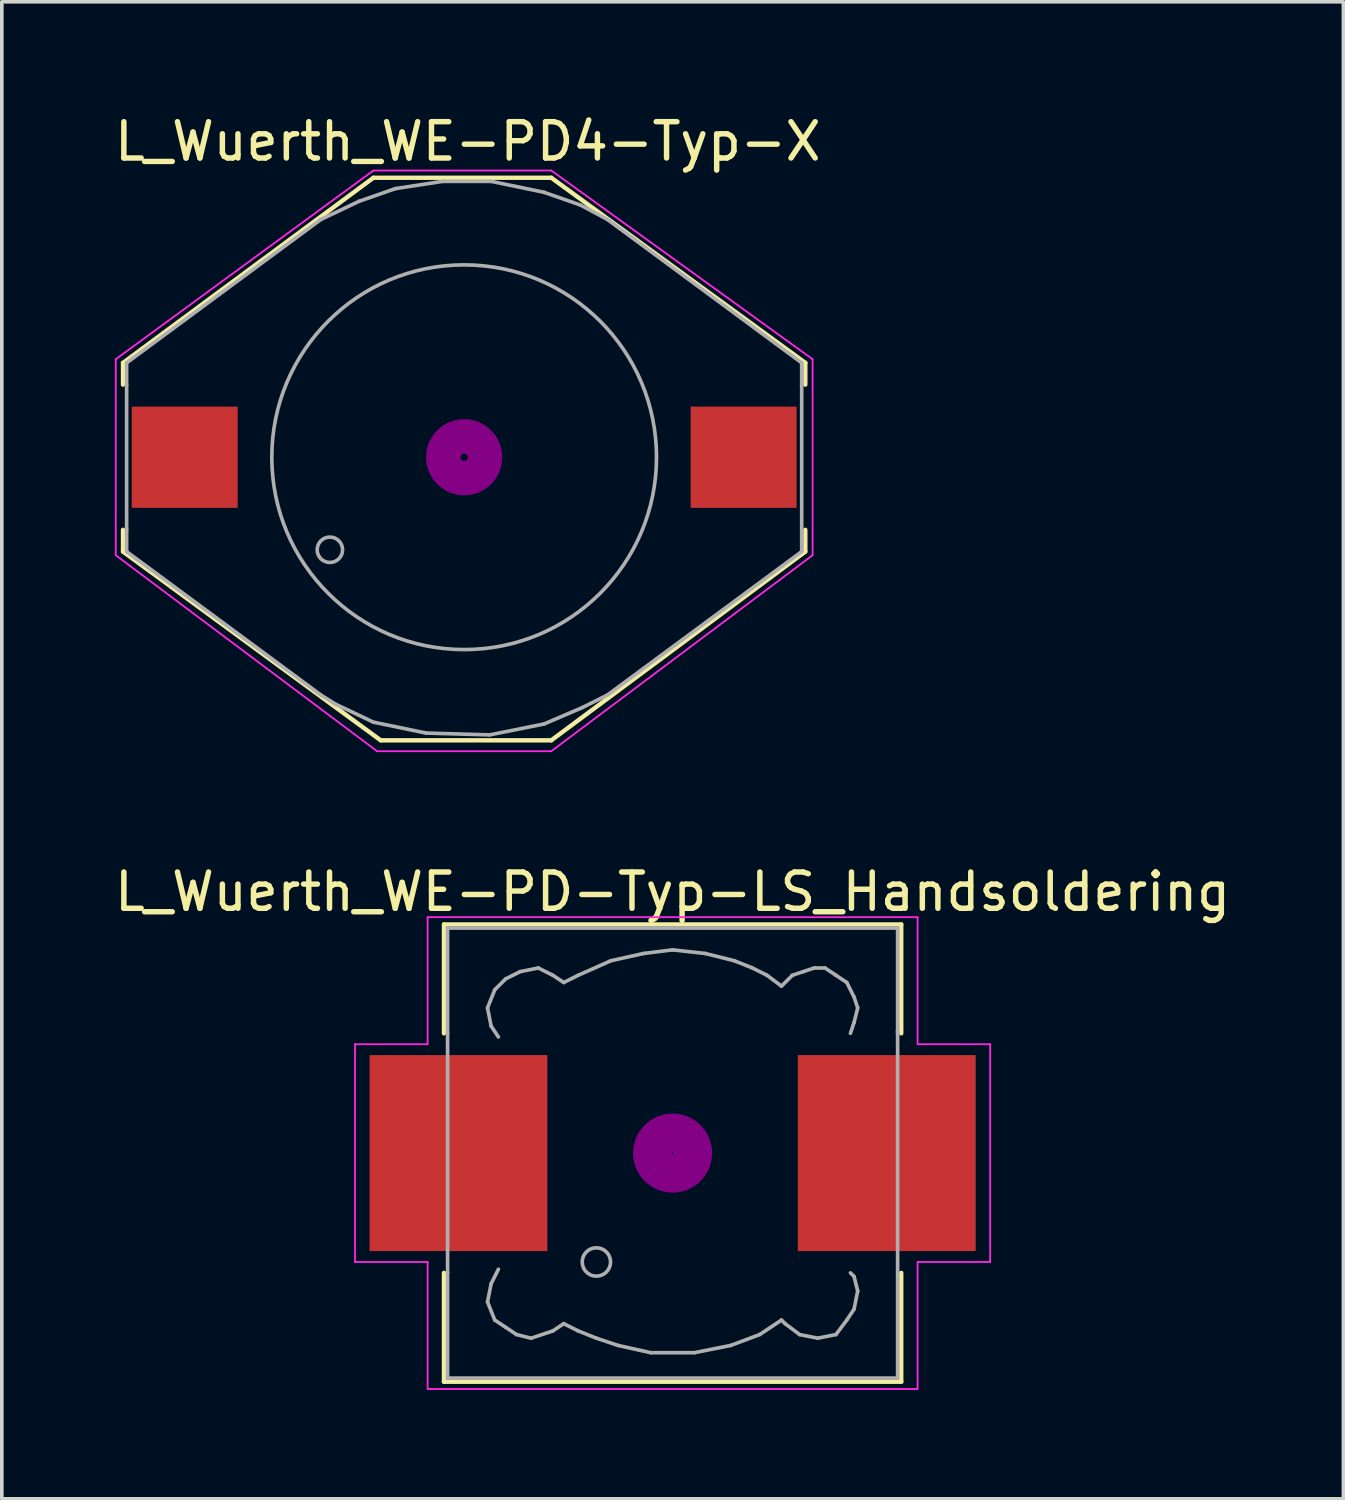
<source format=kicad_pcb>
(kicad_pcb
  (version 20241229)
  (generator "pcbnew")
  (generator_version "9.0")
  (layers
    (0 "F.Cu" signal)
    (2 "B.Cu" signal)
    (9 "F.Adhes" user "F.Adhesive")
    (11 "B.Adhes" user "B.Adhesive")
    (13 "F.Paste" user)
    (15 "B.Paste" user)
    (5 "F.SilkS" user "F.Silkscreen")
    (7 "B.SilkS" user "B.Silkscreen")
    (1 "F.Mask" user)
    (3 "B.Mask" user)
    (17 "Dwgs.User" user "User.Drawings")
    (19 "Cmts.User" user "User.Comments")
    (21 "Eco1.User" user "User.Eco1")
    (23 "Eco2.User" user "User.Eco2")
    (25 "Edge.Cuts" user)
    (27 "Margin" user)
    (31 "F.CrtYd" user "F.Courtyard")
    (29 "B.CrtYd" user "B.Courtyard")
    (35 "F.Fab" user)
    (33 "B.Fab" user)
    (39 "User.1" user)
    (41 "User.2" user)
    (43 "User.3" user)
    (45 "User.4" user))
  (footprint "L_Wuerth_WE-PD-Typ-LS_Handsoldering"
    (layer "F.Cu")
    (at 15.482 28.721)
    (property "Reference" "L_Wuerth_WE-PD-Typ-LS_Handsoldering" (at 0 -7.2 0) (layer "F.SilkS") (effects (font (size 1 1) (thickness 0.15))))
    (attr smd)
    (fp_line (start -6.3 -6.3) (end 6.3 -6.3) (stroke (width 0.12) (type solid)) (layer "F.SilkS"))
    (fp_line (start -6.3 -3.3) (end -6.3 -6.3) (stroke (width 0.12) (type solid)) (layer "F.SilkS"))
    (fp_line (start -6.3 6.3) (end -6.3 3.3) (stroke (width 0.12) (type solid)) (layer "F.SilkS"))
    (fp_line (start 6.3 -6.3) (end 6.3 -3.3) (stroke (width 0.12) (type solid)) (layer "F.SilkS"))
    (fp_line (start 6.3 3.3) (end 6.3 6.3) (stroke (width 0.12) (type solid)) (layer "F.SilkS"))
    (fp_line (start 6.3 6.3) (end -6.3 6.3) (stroke (width 0.12) (type solid)) (layer "F.SilkS"))
    (fp_circle (center 0 0) (end 0.15 0.15) (stroke (width 0.38) (type solid)) (fill no) (layer "F.Adhes"))
    (fp_circle (center 0 0) (end 0.55 0) (stroke (width 0.38) (type solid)) (fill no) (layer "F.Adhes"))
    (fp_circle (center 0 0) (end 0.9 0) (stroke (width 0.38) (type solid)) (fill no) (layer "F.Adhes"))
    (fp_line (start -8.75 -3) (end -6.75 -3) (stroke (width 0.05) (type solid)) (layer "F.CrtYd"))
    (fp_line (start -8.75 3) (end -8.75 -3) (stroke (width 0.05) (type solid)) (layer "F.CrtYd"))
    (fp_line (start -6.75 -6.5) (end 6.75 -6.5) (stroke (width 0.05) (type solid)) (layer "F.CrtYd"))
    (fp_line (start -6.75 -3) (end -6.75 -6.5) (stroke (width 0.05) (type solid)) (layer "F.CrtYd"))
    (fp_line (start -6.75 3) (end -8.75 3) (stroke (width 0.05) (type solid)) (layer "F.CrtYd"))
    (fp_line (start -6.75 6.5) (end -6.75 3) (stroke (width 0.05) (type solid)) (layer "F.CrtYd"))
    (fp_line (start 6.75 -6.5) (end 6.75 -3) (stroke (width 0.05) (type solid)) (layer "F.CrtYd"))
    (fp_line (start 6.75 -3) (end 8.75 -3) (stroke (width 0.05) (type solid)) (layer "F.CrtYd"))
    (fp_line (start 6.75 3) (end 6.75 6.5) (stroke (width 0.05) (type solid)) (layer "F.CrtYd"))
    (fp_line (start 6.75 6.5) (end -6.75 6.5) (stroke (width 0.05) (type solid)) (layer "F.CrtYd"))
    (fp_line (start 8.75 -3) (end 8.75 3) (stroke (width 0.05) (type solid)) (layer "F.CrtYd"))
    (fp_line (start 8.75 3) (end 6.75 3) (stroke (width 0.05) (type solid)) (layer "F.CrtYd"))
    (fp_line (start -6.2 -6.2) (end -6.2 -3.3) (stroke (width 0.1) (type solid)) (layer "F.Fab"))
    (fp_line (start -6.2 -3.3) (end -6.2 3.3) (stroke (width 0.1) (type solid)) (layer "F.Fab"))
    (fp_line (start -6.2 3.3) (end -6.2 6.2) (stroke (width 0.1) (type solid)) (layer "F.Fab"))
    (fp_line (start -6.2 6.2) (end 6.2 6.2) (stroke (width 0.1) (type solid)) (layer "F.Fab"))
    (fp_line (start -5.1 -4) (end -5 -3.5) (stroke (width 0.1) (type solid)) (layer "F.Fab"))
    (fp_line (start -5.1 4.1) (end -5 3.6) (stroke (width 0.1) (type solid)) (layer "F.Fab"))
    (fp_line (start -5 -3.5) (end -4.8 -3.2) (stroke (width 0.1) (type solid)) (layer "F.Fab"))
    (fp_line (start -5 3.6) (end -4.8 3.2) (stroke (width 0.1) (type solid)) (layer "F.Fab"))
    (fp_line (start -4.9 -4.5) (end -5.1 -4) (stroke (width 0.1) (type solid)) (layer "F.Fab"))
    (fp_line (start -4.9 4.6) (end -5.1 4.1) (stroke (width 0.1) (type solid)) (layer "F.Fab"))
    (fp_line (start -4.6 -4.8) (end -4.9 -4.5) (stroke (width 0.1) (type solid)) (layer "F.Fab"))
    (fp_line (start -4.6 4.8) (end -4.9 4.6) (stroke (width 0.1) (type solid)) (layer "F.Fab"))
    (fp_line (start -4.3 5) (end -4.6 4.8) (stroke (width 0.1) (type solid)) (layer "F.Fab"))
    (fp_line (start -4.2 -5) (end -4.6 -4.8) (stroke (width 0.1) (type solid)) (layer "F.Fab"))
    (fp_line (start -3.9 5.1) (end -4.3 5) (stroke (width 0.1) (type solid)) (layer "F.Fab"))
    (fp_line (start -3.7 -5.1) (end -4.2 -5) (stroke (width 0.1) (type solid)) (layer "F.Fab"))
    (fp_line (start -3.3 -4.9) (end -3.7 -5.1) (stroke (width 0.1) (type solid)) (layer "F.Fab"))
    (fp_line (start -3.3 4.9) (end -3.9 5.1) (stroke (width 0.1) (type solid)) (layer "F.Fab"))
    (fp_line (start -3 -4.7) (end -3.3 -4.9) (stroke (width 0.1) (type solid)) (layer "F.Fab"))
    (fp_line (start -3 4.7) (end -3.3 4.9) (stroke (width 0.1) (type solid)) (layer "F.Fab"))
    (fp_line (start -2.6 -4.9) (end -3 -4.7) (stroke (width 0.1) (type solid)) (layer "F.Fab"))
    (fp_line (start -2.6 4.9) (end -3 4.7) (stroke (width 0.1) (type solid)) (layer "F.Fab"))
    (fp_line (start -2.1 5.1) (end -2.6 4.9) (stroke (width 0.1) (type solid)) (layer "F.Fab"))
    (fp_line (start -1.7 -5.3) (end -2.6 -4.9) (stroke (width 0.1) (type solid)) (layer "F.Fab"))
    (fp_line (start -1.5 5.3) (end -2.1 5.1) (stroke (width 0.1) (type solid)) (layer "F.Fab"))
    (fp_line (start -0.8 -5.5) (end -1.7 -5.3) (stroke (width 0.1) (type solid)) (layer "F.Fab"))
    (fp_line (start -0.6 5.5) (end -1.5 5.3) (stroke (width 0.1) (type solid)) (layer "F.Fab"))
    (fp_line (start 0 -5.6) (end -0.8 -5.5) (stroke (width 0.1) (type solid)) (layer "F.Fab"))
    (fp_line (start 0.6 5.5) (end -0.6 5.5) (stroke (width 0.1) (type solid)) (layer "F.Fab"))
    (fp_line (start 0.9 -5.5) (end 0 -5.6) (stroke (width 0.1) (type solid)) (layer "F.Fab"))
    (fp_line (start 1.6 5.3) (end 0.6 5.5) (stroke (width 0.1) (type solid)) (layer "F.Fab"))
    (fp_line (start 1.7 -5.3) (end 0.9 -5.5) (stroke (width 0.1) (type solid)) (layer "F.Fab"))
    (fp_line (start 2.2 -5.1) (end 1.7 -5.3) (stroke (width 0.1) (type solid)) (layer "F.Fab"))
    (fp_line (start 2.4 5) (end 1.6 5.3) (stroke (width 0.1) (type solid)) (layer "F.Fab"))
    (fp_line (start 2.6 -4.9) (end 2.2 -5.1) (stroke (width 0.1) (type solid)) (layer "F.Fab"))
    (fp_line (start 3 -4.6) (end 2.6 -4.9) (stroke (width 0.1) (type solid)) (layer "F.Fab"))
    (fp_line (start 3 4.6) (end 2.4 5) (stroke (width 0.1) (type solid)) (layer "F.Fab"))
    (fp_line (start 3.1 4.7) (end 3 4.6) (stroke (width 0.1) (type solid)) (layer "F.Fab"))
    (fp_line (start 3.3 -4.9) (end 3 -4.6) (stroke (width 0.1) (type solid)) (layer "F.Fab"))
    (fp_line (start 3.5 5) (end 3.1 4.7) (stroke (width 0.1) (type solid)) (layer "F.Fab"))
    (fp_line (start 3.6 -5) (end 3.3 -4.9) (stroke (width 0.1) (type solid)) (layer "F.Fab"))
    (fp_line (start 3.9 -5.1) (end 3.6 -5) (stroke (width 0.1) (type solid)) (layer "F.Fab"))
    (fp_line (start 4 5.1) (end 3.5 5) (stroke (width 0.1) (type solid)) (layer "F.Fab"))
    (fp_line (start 4.2 -5.1) (end 3.9 -5.1) (stroke (width 0.1) (type solid)) (layer "F.Fab"))
    (fp_line (start 4.5 -4.9) (end 4.2 -5.1) (stroke (width 0.1) (type solid)) (layer "F.Fab"))
    (fp_line (start 4.5 5) (end 4 5.1) (stroke (width 0.1) (type solid)) (layer "F.Fab"))
    (fp_line (start 4.8 -4.7) (end 4.5 -4.9) (stroke (width 0.1) (type solid)) (layer "F.Fab"))
    (fp_line (start 4.8 4.6) (end 4.5 5) (stroke (width 0.1) (type solid)) (layer "F.Fab"))
    (fp_line (start 4.9 -3.3) (end 5 -3.6) (stroke (width 0.1) (type solid)) (layer "F.Fab"))
    (fp_line (start 4.9 3.3) (end 5 3.4) (stroke (width 0.1) (type solid)) (layer "F.Fab"))
    (fp_line (start 5 -4.3) (end 4.8 -4.7) (stroke (width 0.1) (type solid)) (layer "F.Fab"))
    (fp_line (start 5 -3.6) (end 5.1 -4) (stroke (width 0.1) (type solid)) (layer "F.Fab"))
    (fp_line (start 5 3.4) (end 5.1 3.8) (stroke (width 0.1) (type solid)) (layer "F.Fab"))
    (fp_line (start 5 4.3) (end 4.8 4.6) (stroke (width 0.1) (type solid)) (layer "F.Fab"))
    (fp_line (start 5.1 -4) (end 5 -4.3) (stroke (width 0.1) (type solid)) (layer "F.Fab"))
    (fp_line (start 5.1 3.8) (end 5 4.3) (stroke (width 0.1) (type solid)) (layer "F.Fab"))
    (fp_line (start 6.2 -6.2) (end -6.2 -6.2) (stroke (width 0.1) (type solid)) (layer "F.Fab"))
    (fp_line (start 6.2 -6.2) (end 6.2 -3.3) (stroke (width 0.1) (type solid)) (layer "F.Fab"))
    (fp_line (start 6.2 3.3) (end 6.2 -3.4) (stroke (width 0.1) (type solid)) (layer "F.Fab"))
    (fp_line (start 6.2 6.2) (end 6.2 3.3) (stroke (width 0.1) (type solid)) (layer "F.Fab"))
    (fp_circle (center -2.1 3) (end -1.8 3.25) (stroke (width 0.1) (type solid)) (fill no) (layer "F.Fab"))
    (pad "1" smd rect (at -5.9 0) (size 4.9 5.4) (layers "F.Cu" "F.Mask" "F.Paste"))
    (pad "2" smd rect (at 5.9 0) (size 4.9 5.4) (layers "F.Cu" "F.Mask" "F.Paste")))
  (footprint "L_Wuerth_WE-PD4-Typ-X"
    (layer "F.Cu")
    (at 9.739 9.548)
    (property "Reference" "L_Wuerth_WE-PD4-Typ-X" (at 0.1 -8.7 0) (layer "F.SilkS") (effects (font (size 1 1) (thickness 0.15))))
    (attr smd)
    (fp_line (start -9.4 -2.6) (end -2.5 -7.7) (stroke (width 0.12) (type solid)) (layer "F.SilkS"))
    (fp_line (start -9.4 -2) (end -9.4 -2.6) (stroke (width 0.12) (type solid)) (layer "F.SilkS"))
    (fp_line (start -9.4 2.6) (end -9.4 2) (stroke (width 0.12) (type solid)) (layer "F.SilkS"))
    (fp_line (start -9.4 2.6) (end -2.3 7.8) (stroke (width 0.12) (type solid)) (layer "F.SilkS"))
    (fp_line (start -2.5 -7.7) (end 2.4 -7.7) (stroke (width 0.12) (type solid)) (layer "F.SilkS"))
    (fp_line (start -2.3 7.8) (end 2.4 7.8) (stroke (width 0.12) (type solid)) (layer "F.SilkS"))
    (fp_line (start 2.4 -7.7) (end 9.4 -2.6) (stroke (width 0.12) (type solid)) (layer "F.SilkS"))
    (fp_line (start 2.4 7.8) (end 9.4 2.6) (stroke (width 0.12) (type solid)) (layer "F.SilkS"))
    (fp_line (start 9.4 -2) (end 9.4 -2.6) (stroke (width 0.12) (type solid)) (layer "F.SilkS"))
    (fp_line (start 9.4 2.6) (end 9.4 2) (stroke (width 0.12) (type solid)) (layer "F.SilkS"))
    (fp_circle (center 0 0) (end 0.1 0) (stroke (width 0.3) (type solid)) (fill no) (layer "F.Adhes"))
    (fp_circle (center 0 0) (end 0.3 0) (stroke (width 0.3) (type solid)) (fill no) (layer "F.Adhes"))
    (fp_circle (center 0 0) (end 0.5 0) (stroke (width 0.3) (type solid)) (fill no) (layer "F.Adhes"))
    (fp_circle (center 0 0) (end 0.7 0) (stroke (width 0.3) (type solid)) (fill no) (layer "F.Adhes"))
    (fp_circle (center 0 0) (end 0.9 0) (stroke (width 0.3) (type solid)) (fill no) (layer "F.Adhes"))
    (fp_line (start -9.6 -2.7) (end -2.5 -7.9) (stroke (width 0.05) (type solid)) (layer "F.CrtYd"))
    (fp_line (start -9.6 2.7) (end -9.6 -2.7) (stroke (width 0.05) (type solid)) (layer "F.CrtYd"))
    (fp_line (start -2.5 -7.9) (end 2.4 -7.9) (stroke (width 0.05) (type solid)) (layer "F.CrtYd"))
    (fp_line (start -2.4 8.1) (end -9.6 2.7) (stroke (width 0.05) (type solid)) (layer "F.CrtYd"))
    (fp_line (start 2.4 -7.9) (end 9.6 -2.7) (stroke (width 0.05) (type solid)) (layer "F.CrtYd"))
    (fp_line (start 2.4 8.1) (end -2.4 8.1) (stroke (width 0.05) (type solid)) (layer "F.CrtYd"))
    (fp_line (start 9.6 -2.7) (end 9.6 2.7) (stroke (width 0.05) (type solid)) (layer "F.CrtYd"))
    (fp_line (start 9.6 2.7) (end 2.4 8.1) (stroke (width 0.05) (type solid)) (layer "F.CrtYd"))
    (fp_line (start -9.3 -2.6) (end -9.3 -2) (stroke (width 0.1) (type solid)) (layer "F.Fab"))
    (fp_line (start -9.3 -2.6) (end -3.95 -6.55) (stroke (width 0.1) (type solid)) (layer "F.Fab"))
    (fp_line (start -9.3 2) (end -9.3 -2) (stroke (width 0.1) (type solid)) (layer "F.Fab"))
    (fp_line (start -9.3 2) (end -9.3 2.6) (stroke (width 0.1) (type solid)) (layer "F.Fab"))
    (fp_line (start -9.3 2.6) (end -3.95 6.55) (stroke (width 0.1) (type solid)) (layer "F.Fab"))
    (fp_line (start -3.95 -6.55) (end -2.9 -7.05) (stroke (width 0.1) (type solid)) (layer "F.Fab"))
    (fp_line (start -3.55 6.8) (end -3.95 6.55) (stroke (width 0.1) (type solid)) (layer "F.Fab"))
    (fp_line (start -2.9 -7.05) (end -1.9 -7.4) (stroke (width 0.1) (type solid)) (layer "F.Fab"))
    (fp_line (start -2.5 7.3) (end -3.55 6.8) (stroke (width 0.1) (type solid)) (layer "F.Fab"))
    (fp_line (start -1.9 -7.4) (end -0.6 -7.6) (stroke (width 0.1) (type solid)) (layer "F.Fab"))
    (fp_line (start -1.05 7.6) (end -2.5 7.3) (stroke (width 0.1) (type solid)) (layer "F.Fab"))
    (fp_line (start -0.6 -7.6) (end 0.75 -7.6) (stroke (width 0.1) (type solid)) (layer "F.Fab"))
    (fp_line (start 0.7 7.65) (end -1.05 7.6) (stroke (width 0.1) (type solid)) (layer "F.Fab"))
    (fp_line (start 0.75 -7.6) (end 2.2 -7.3) (stroke (width 0.1) (type solid)) (layer "F.Fab"))
    (fp_line (start 2.2 -7.3) (end 3.2 -6.95) (stroke (width 0.1) (type solid)) (layer "F.Fab"))
    (fp_line (start 2.2 7.35) (end 0.7 7.65) (stroke (width 0.1) (type solid)) (layer "F.Fab"))
    (fp_line (start 3.2 -6.95) (end 3.95 -6.55) (stroke (width 0.1) (type solid)) (layer "F.Fab"))
    (fp_line (start 3.25 6.9) (end 2.2 7.35) (stroke (width 0.1) (type solid)) (layer "F.Fab"))
    (fp_line (start 3.95 -6.55) (end 9.3 -2.6) (stroke (width 0.1) (type solid)) (layer "F.Fab"))
    (fp_line (start 3.95 6.55) (end 3.25 6.9) (stroke (width 0.1) (type solid)) (layer "F.Fab"))
    (fp_line (start 9.3 -2) (end 9.3 -2.6) (stroke (width 0.1) (type solid)) (layer "F.Fab"))
    (fp_line (start 9.3 -2) (end 9.3 2) (stroke (width 0.1) (type solid)) (layer "F.Fab"))
    (fp_line (start 9.3 2) (end 9.3 2.6) (stroke (width 0.1) (type solid)) (layer "F.Fab"))
    (fp_line (start 9.3 2.6) (end 3.95 6.55) (stroke (width 0.1) (type solid)) (layer "F.Fab"))
    (fp_circle (center -3.7 2.55) (end -3.7 2.2) (stroke (width 0.1) (type solid)) (fill no) (layer "F.Fab"))
    (fp_circle (center 0 0) (end 0 -5.3) (stroke (width 0.1) (type solid)) (fill no) (layer "F.Fab"))
    (pad "1" smd rect (at -7.7 0 90) (size 2.79 2.92) (layers "F.Cu" "F.Mask" "F.Paste"))
    (pad "2" smd rect (at 7.7 0 90) (size 2.79 2.92) (layers "F.Cu" "F.Mask" "F.Paste")))
  (gr_rect
    (start -3 -3)
    (end 33.964 38.246)
    (stroke (width 0.1) (type default))
    (fill no)
    (layer "Edge.Cuts")))
</source>
